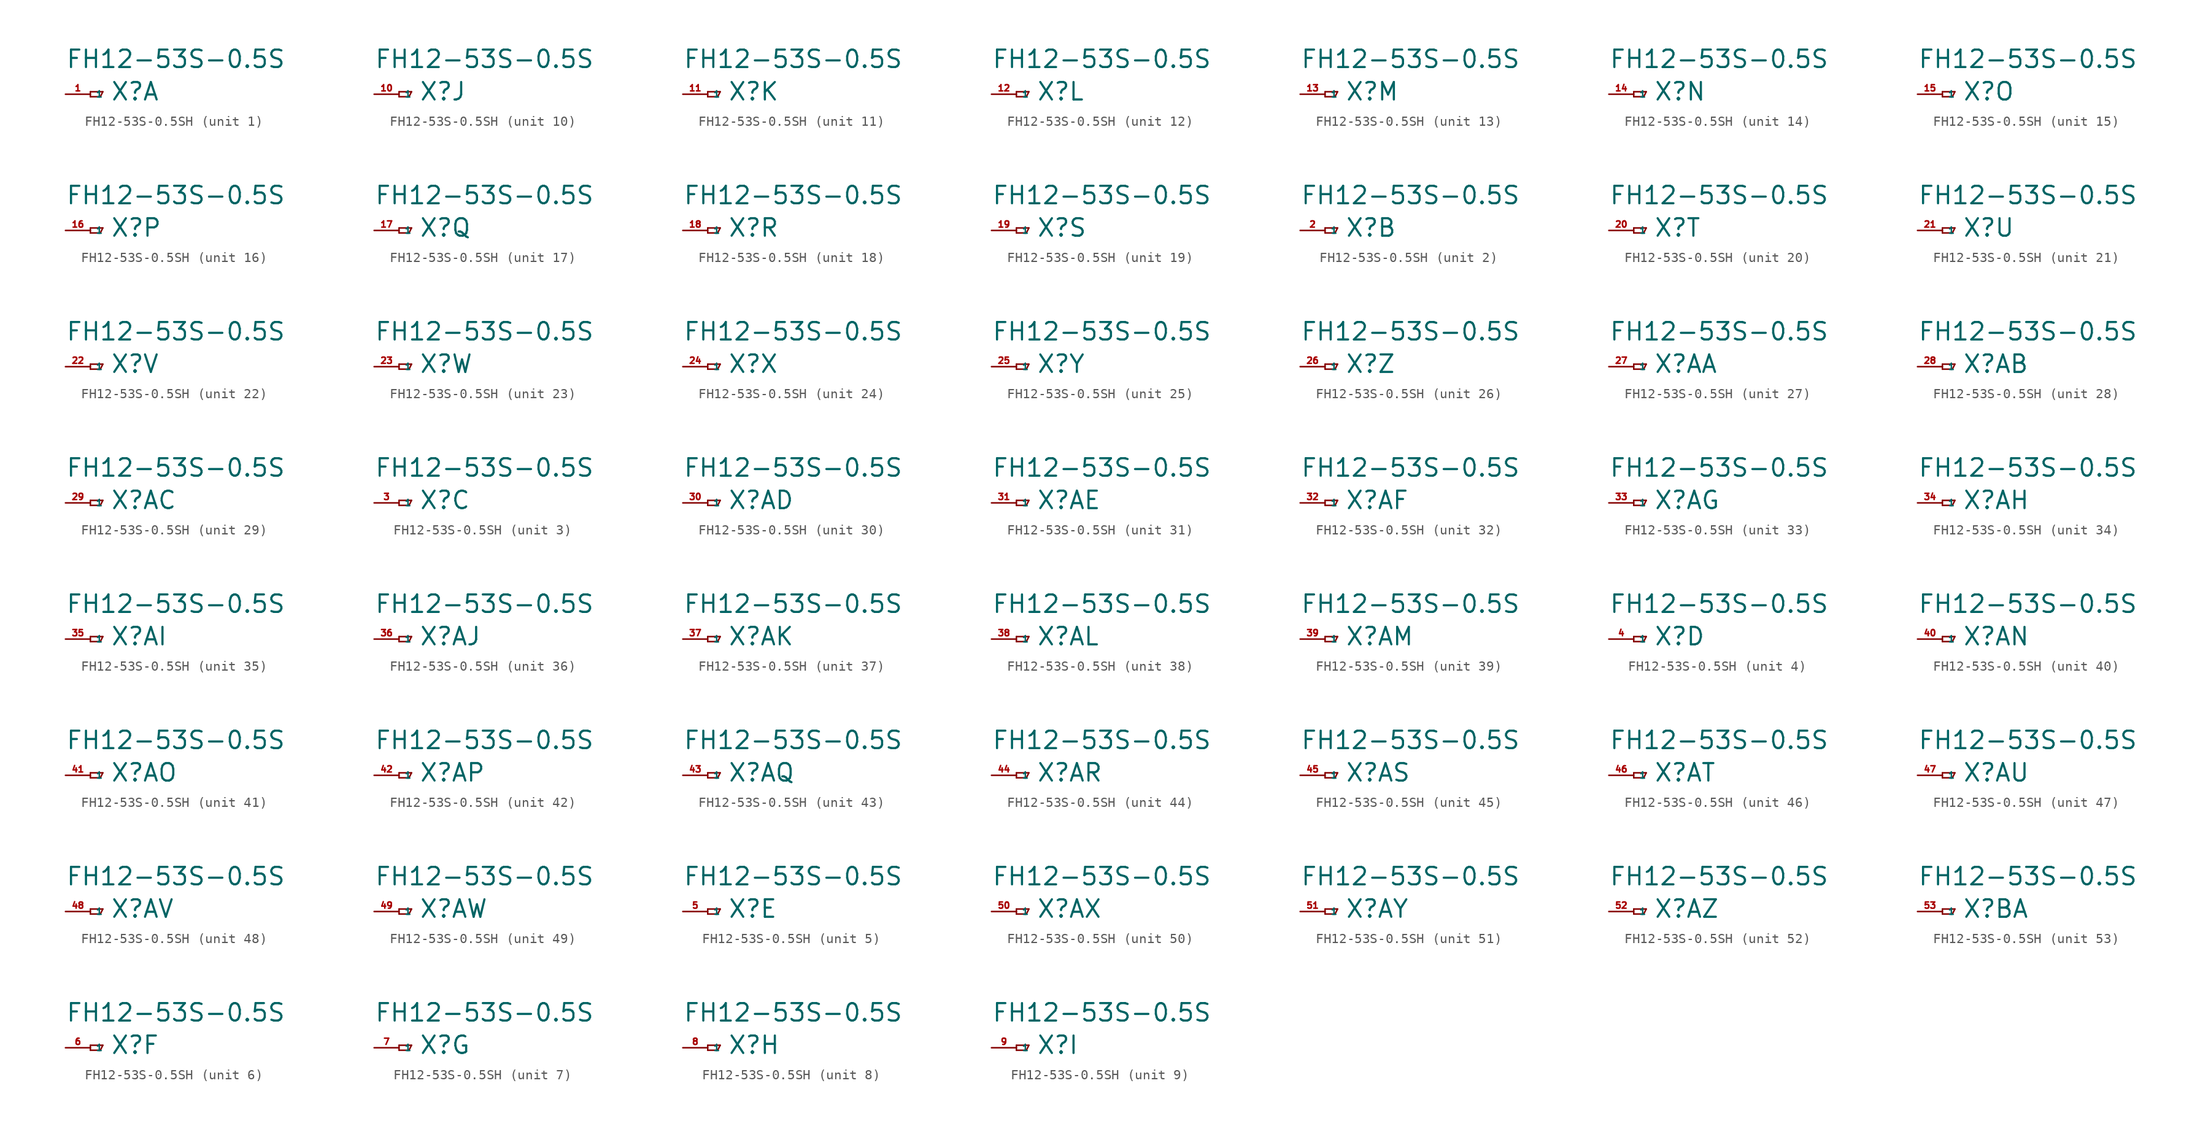
<source format=kicad_sym>
(kicad_symbol_lib
  (version 20220914)
  (generator Eagle2Kicad)
  (symbol "FH12-53S-0.5SH"
    (property "Reference" "X"
      (at 2.032 -0.762 0)
      (effects (font (size 1.778 1.778) (thickness 0.22)) (justify left bottom)))
    (property "Value" "FH12-53S-0.5S"
      (at -2.54 2.54 0)
      (effects (font (size 1.778 1.778) (thickness 0.22)) (justify left bottom)))
    (symbol "FH12-53S-0.5SH_1_0"
      (polyline (pts (xy 0 0.254) (xy 0 -0.254)) (stroke (width 0.152) (type default)) (fill (type none)))
      (polyline (pts (xy 0 -0.254) (xy 1.016 -0.254)) (stroke (width 0.152) (type default)) (fill (type none)))
      (polyline (pts (xy 1.016 -0.254) (xy 1.27 0.254)) (stroke (width 0.152) (type default)) (fill (type none)))
      (polyline (pts (xy 1.27 0.254) (xy 0 0.254)) (stroke (width 0.152) (type default)) (fill (type none)))
      (pin passive line (at -2.54 0 0) (length 2.54) (name "1" (effects (font (size 0.635 0.635) (thickness 0.08)) (justify left bottom))) (number "1" (effects (font (size 0.635 0.635) (thickness 0.08)) (justify left bottom)))))
    (symbol "FH12-53S-0.5SH_2_0"
      (polyline (pts (xy 0 0.254) (xy 0 -0.254)) (stroke (width 0.152) (type default)) (fill (type none)))
      (polyline (pts (xy 0 -0.254) (xy 1.016 -0.254)) (stroke (width 0.152) (type default)) (fill (type none)))
      (polyline (pts (xy 1.016 -0.254) (xy 1.27 0.254)) (stroke (width 0.152) (type default)) (fill (type none)))
      (polyline (pts (xy 1.27 0.254) (xy 0 0.254)) (stroke (width 0.152) (type default)) (fill (type none)))
      (pin passive line (at -2.54 0 0) (length 2.54) (name "1" (effects (font (size 0.635 0.635) (thickness 0.08)) (justify left bottom))) (number "2" (effects (font (size 0.635 0.635) (thickness 0.08)) (justify left bottom)))))
    (symbol "FH12-53S-0.5SH_3_0"
      (polyline (pts (xy 0 0.254) (xy 0 -0.254)) (stroke (width 0.152) (type default)) (fill (type none)))
      (polyline (pts (xy 0 -0.254) (xy 1.016 -0.254)) (stroke (width 0.152) (type default)) (fill (type none)))
      (polyline (pts (xy 1.016 -0.254) (xy 1.27 0.254)) (stroke (width 0.152) (type default)) (fill (type none)))
      (polyline (pts (xy 1.27 0.254) (xy 0 0.254)) (stroke (width 0.152) (type default)) (fill (type none)))
      (pin passive line (at -2.54 0 0) (length 2.54) (name "1" (effects (font (size 0.635 0.635) (thickness 0.08)) (justify left bottom))) (number "3" (effects (font (size 0.635 0.635) (thickness 0.08)) (justify left bottom)))))
    (symbol "FH12-53S-0.5SH_4_0"
      (polyline (pts (xy 0 0.254) (xy 0 -0.254)) (stroke (width 0.152) (type default)) (fill (type none)))
      (polyline (pts (xy 0 -0.254) (xy 1.016 -0.254)) (stroke (width 0.152) (type default)) (fill (type none)))
      (polyline (pts (xy 1.016 -0.254) (xy 1.27 0.254)) (stroke (width 0.152) (type default)) (fill (type none)))
      (polyline (pts (xy 1.27 0.254) (xy 0 0.254)) (stroke (width 0.152) (type default)) (fill (type none)))
      (pin passive line (at -2.54 0 0) (length 2.54) (name "1" (effects (font (size 0.635 0.635) (thickness 0.08)) (justify left bottom))) (number "4" (effects (font (size 0.635 0.635) (thickness 0.08)) (justify left bottom)))))
    (symbol "FH12-53S-0.5SH_5_0"
      (polyline (pts (xy 0 0.254) (xy 0 -0.254)) (stroke (width 0.152) (type default)) (fill (type none)))
      (polyline (pts (xy 0 -0.254) (xy 1.016 -0.254)) (stroke (width 0.152) (type default)) (fill (type none)))
      (polyline (pts (xy 1.016 -0.254) (xy 1.27 0.254)) (stroke (width 0.152) (type default)) (fill (type none)))
      (polyline (pts (xy 1.27 0.254) (xy 0 0.254)) (stroke (width 0.152) (type default)) (fill (type none)))
      (pin passive line (at -2.54 0 0) (length 2.54) (name "1" (effects (font (size 0.635 0.635) (thickness 0.08)) (justify left bottom))) (number "5" (effects (font (size 0.635 0.635) (thickness 0.08)) (justify left bottom)))))
    (symbol "FH12-53S-0.5SH_6_0"
      (polyline (pts (xy 0 0.254) (xy 0 -0.254)) (stroke (width 0.152) (type default)) (fill (type none)))
      (polyline (pts (xy 0 -0.254) (xy 1.016 -0.254)) (stroke (width 0.152) (type default)) (fill (type none)))
      (polyline (pts (xy 1.016 -0.254) (xy 1.27 0.254)) (stroke (width 0.152) (type default)) (fill (type none)))
      (polyline (pts (xy 1.27 0.254) (xy 0 0.254)) (stroke (width 0.152) (type default)) (fill (type none)))
      (pin passive line (at -2.54 0 0) (length 2.54) (name "1" (effects (font (size 0.635 0.635) (thickness 0.08)) (justify left bottom))) (number "6" (effects (font (size 0.635 0.635) (thickness 0.08)) (justify left bottom)))))
    (symbol "FH12-53S-0.5SH_7_0"
      (polyline (pts (xy 0 0.254) (xy 0 -0.254)) (stroke (width 0.152) (type default)) (fill (type none)))
      (polyline (pts (xy 0 -0.254) (xy 1.016 -0.254)) (stroke (width 0.152) (type default)) (fill (type none)))
      (polyline (pts (xy 1.016 -0.254) (xy 1.27 0.254)) (stroke (width 0.152) (type default)) (fill (type none)))
      (polyline (pts (xy 1.27 0.254) (xy 0 0.254)) (stroke (width 0.152) (type default)) (fill (type none)))
      (pin passive line (at -2.54 0 0) (length 2.54) (name "1" (effects (font (size 0.635 0.635) (thickness 0.08)) (justify left bottom))) (number "7" (effects (font (size 0.635 0.635) (thickness 0.08)) (justify left bottom)))))
    (symbol "FH12-53S-0.5SH_8_0"
      (polyline (pts (xy 0 0.254) (xy 0 -0.254)) (stroke (width 0.152) (type default)) (fill (type none)))
      (polyline (pts (xy 0 -0.254) (xy 1.016 -0.254)) (stroke (width 0.152) (type default)) (fill (type none)))
      (polyline (pts (xy 1.016 -0.254) (xy 1.27 0.254)) (stroke (width 0.152) (type default)) (fill (type none)))
      (polyline (pts (xy 1.27 0.254) (xy 0 0.254)) (stroke (width 0.152) (type default)) (fill (type none)))
      (pin passive line (at -2.54 0 0) (length 2.54) (name "1" (effects (font (size 0.635 0.635) (thickness 0.08)) (justify left bottom))) (number "8" (effects (font (size 0.635 0.635) (thickness 0.08)) (justify left bottom)))))
    (symbol "FH12-53S-0.5SH_9_0"
      (polyline (pts (xy 0 0.254) (xy 0 -0.254)) (stroke (width 0.152) (type default)) (fill (type none)))
      (polyline (pts (xy 0 -0.254) (xy 1.016 -0.254)) (stroke (width 0.152) (type default)) (fill (type none)))
      (polyline (pts (xy 1.016 -0.254) (xy 1.27 0.254)) (stroke (width 0.152) (type default)) (fill (type none)))
      (polyline (pts (xy 1.27 0.254) (xy 0 0.254)) (stroke (width 0.152) (type default)) (fill (type none)))
      (pin passive line (at -2.54 0 0) (length 2.54) (name "1" (effects (font (size 0.635 0.635) (thickness 0.08)) (justify left bottom))) (number "9" (effects (font (size 0.635 0.635) (thickness 0.08)) (justify left bottom)))))
    (symbol "FH12-53S-0.5SH_10_0"
      (polyline (pts (xy 0 0.254) (xy 0 -0.254)) (stroke (width 0.152) (type default)) (fill (type none)))
      (polyline (pts (xy 0 -0.254) (xy 1.016 -0.254)) (stroke (width 0.152) (type default)) (fill (type none)))
      (polyline (pts (xy 1.016 -0.254) (xy 1.27 0.254)) (stroke (width 0.152) (type default)) (fill (type none)))
      (polyline (pts (xy 1.27 0.254) (xy 0 0.254)) (stroke (width 0.152) (type default)) (fill (type none)))
      (pin passive line (at -2.54 0 0) (length 2.54) (name "1" (effects (font (size 0.635 0.635) (thickness 0.08)) (justify left bottom))) (number "10" (effects (font (size 0.635 0.635) (thickness 0.08)) (justify left bottom)))))
    (symbol "FH12-53S-0.5SH_11_0"
      (polyline (pts (xy 0 0.254) (xy 0 -0.254)) (stroke (width 0.152) (type default)) (fill (type none)))
      (polyline (pts (xy 0 -0.254) (xy 1.016 -0.254)) (stroke (width 0.152) (type default)) (fill (type none)))
      (polyline (pts (xy 1.016 -0.254) (xy 1.27 0.254)) (stroke (width 0.152) (type default)) (fill (type none)))
      (polyline (pts (xy 1.27 0.254) (xy 0 0.254)) (stroke (width 0.152) (type default)) (fill (type none)))
      (pin passive line (at -2.54 0 0) (length 2.54) (name "1" (effects (font (size 0.635 0.635) (thickness 0.08)) (justify left bottom))) (number "11" (effects (font (size 0.635 0.635) (thickness 0.08)) (justify left bottom)))))
    (symbol "FH12-53S-0.5SH_12_0"
      (polyline (pts (xy 0 0.254) (xy 0 -0.254)) (stroke (width 0.152) (type default)) (fill (type none)))
      (polyline (pts (xy 0 -0.254) (xy 1.016 -0.254)) (stroke (width 0.152) (type default)) (fill (type none)))
      (polyline (pts (xy 1.016 -0.254) (xy 1.27 0.254)) (stroke (width 0.152) (type default)) (fill (type none)))
      (polyline (pts (xy 1.27 0.254) (xy 0 0.254)) (stroke (width 0.152) (type default)) (fill (type none)))
      (pin passive line (at -2.54 0 0) (length 2.54) (name "1" (effects (font (size 0.635 0.635) (thickness 0.08)) (justify left bottom))) (number "12" (effects (font (size 0.635 0.635) (thickness 0.08)) (justify left bottom)))))
    (symbol "FH12-53S-0.5SH_13_0"
      (polyline (pts (xy 0 0.254) (xy 0 -0.254)) (stroke (width 0.152) (type default)) (fill (type none)))
      (polyline (pts (xy 0 -0.254) (xy 1.016 -0.254)) (stroke (width 0.152) (type default)) (fill (type none)))
      (polyline (pts (xy 1.016 -0.254) (xy 1.27 0.254)) (stroke (width 0.152) (type default)) (fill (type none)))
      (polyline (pts (xy 1.27 0.254) (xy 0 0.254)) (stroke (width 0.152) (type default)) (fill (type none)))
      (pin passive line (at -2.54 0 0) (length 2.54) (name "1" (effects (font (size 0.635 0.635) (thickness 0.08)) (justify left bottom))) (number "13" (effects (font (size 0.635 0.635) (thickness 0.08)) (justify left bottom)))))
    (symbol "FH12-53S-0.5SH_14_0"
      (polyline (pts (xy 0 0.254) (xy 0 -0.254)) (stroke (width 0.152) (type default)) (fill (type none)))
      (polyline (pts (xy 0 -0.254) (xy 1.016 -0.254)) (stroke (width 0.152) (type default)) (fill (type none)))
      (polyline (pts (xy 1.016 -0.254) (xy 1.27 0.254)) (stroke (width 0.152) (type default)) (fill (type none)))
      (polyline (pts (xy 1.27 0.254) (xy 0 0.254)) (stroke (width 0.152) (type default)) (fill (type none)))
      (pin passive line (at -2.54 0 0) (length 2.54) (name "1" (effects (font (size 0.635 0.635) (thickness 0.08)) (justify left bottom))) (number "14" (effects (font (size 0.635 0.635) (thickness 0.08)) (justify left bottom)))))
    (symbol "FH12-53S-0.5SH_15_0"
      (polyline (pts (xy 0 0.254) (xy 0 -0.254)) (stroke (width 0.152) (type default)) (fill (type none)))
      (polyline (pts (xy 0 -0.254) (xy 1.016 -0.254)) (stroke (width 0.152) (type default)) (fill (type none)))
      (polyline (pts (xy 1.016 -0.254) (xy 1.27 0.254)) (stroke (width 0.152) (type default)) (fill (type none)))
      (polyline (pts (xy 1.27 0.254) (xy 0 0.254)) (stroke (width 0.152) (type default)) (fill (type none)))
      (pin passive line (at -2.54 0 0) (length 2.54) (name "1" (effects (font (size 0.635 0.635) (thickness 0.08)) (justify left bottom))) (number "15" (effects (font (size 0.635 0.635) (thickness 0.08)) (justify left bottom)))))
    (symbol "FH12-53S-0.5SH_16_0"
      (polyline (pts (xy 0 0.254) (xy 0 -0.254)) (stroke (width 0.152) (type default)) (fill (type none)))
      (polyline (pts (xy 0 -0.254) (xy 1.016 -0.254)) (stroke (width 0.152) (type default)) (fill (type none)))
      (polyline (pts (xy 1.016 -0.254) (xy 1.27 0.254)) (stroke (width 0.152) (type default)) (fill (type none)))
      (polyline (pts (xy 1.27 0.254) (xy 0 0.254)) (stroke (width 0.152) (type default)) (fill (type none)))
      (pin passive line (at -2.54 0 0) (length 2.54) (name "1" (effects (font (size 0.635 0.635) (thickness 0.08)) (justify left bottom))) (number "16" (effects (font (size 0.635 0.635) (thickness 0.08)) (justify left bottom)))))
    (symbol "FH12-53S-0.5SH_17_0"
      (polyline (pts (xy 0 0.254) (xy 0 -0.254)) (stroke (width 0.152) (type default)) (fill (type none)))
      (polyline (pts (xy 0 -0.254) (xy 1.016 -0.254)) (stroke (width 0.152) (type default)) (fill (type none)))
      (polyline (pts (xy 1.016 -0.254) (xy 1.27 0.254)) (stroke (width 0.152) (type default)) (fill (type none)))
      (polyline (pts (xy 1.27 0.254) (xy 0 0.254)) (stroke (width 0.152) (type default)) (fill (type none)))
      (pin passive line (at -2.54 0 0) (length 2.54) (name "1" (effects (font (size 0.635 0.635) (thickness 0.08)) (justify left bottom))) (number "17" (effects (font (size 0.635 0.635) (thickness 0.08)) (justify left bottom)))))
    (symbol "FH12-53S-0.5SH_18_0"
      (polyline (pts (xy 0 0.254) (xy 0 -0.254)) (stroke (width 0.152) (type default)) (fill (type none)))
      (polyline (pts (xy 0 -0.254) (xy 1.016 -0.254)) (stroke (width 0.152) (type default)) (fill (type none)))
      (polyline (pts (xy 1.016 -0.254) (xy 1.27 0.254)) (stroke (width 0.152) (type default)) (fill (type none)))
      (polyline (pts (xy 1.27 0.254) (xy 0 0.254)) (stroke (width 0.152) (type default)) (fill (type none)))
      (pin passive line (at -2.54 0 0) (length 2.54) (name "1" (effects (font (size 0.635 0.635) (thickness 0.08)) (justify left bottom))) (number "18" (effects (font (size 0.635 0.635) (thickness 0.08)) (justify left bottom)))))
    (symbol "FH12-53S-0.5SH_19_0"
      (polyline (pts (xy 0 0.254) (xy 0 -0.254)) (stroke (width 0.152) (type default)) (fill (type none)))
      (polyline (pts (xy 0 -0.254) (xy 1.016 -0.254)) (stroke (width 0.152) (type default)) (fill (type none)))
      (polyline (pts (xy 1.016 -0.254) (xy 1.27 0.254)) (stroke (width 0.152) (type default)) (fill (type none)))
      (polyline (pts (xy 1.27 0.254) (xy 0 0.254)) (stroke (width 0.152) (type default)) (fill (type none)))
      (pin passive line (at -2.54 0 0) (length 2.54) (name "1" (effects (font (size 0.635 0.635) (thickness 0.08)) (justify left bottom))) (number "19" (effects (font (size 0.635 0.635) (thickness 0.08)) (justify left bottom)))))
    (symbol "FH12-53S-0.5SH_20_0"
      (polyline (pts (xy 0 0.254) (xy 0 -0.254)) (stroke (width 0.152) (type default)) (fill (type none)))
      (polyline (pts (xy 0 -0.254) (xy 1.016 -0.254)) (stroke (width 0.152) (type default)) (fill (type none)))
      (polyline (pts (xy 1.016 -0.254) (xy 1.27 0.254)) (stroke (width 0.152) (type default)) (fill (type none)))
      (polyline (pts (xy 1.27 0.254) (xy 0 0.254)) (stroke (width 0.152) (type default)) (fill (type none)))
      (pin passive line (at -2.54 0 0) (length 2.54) (name "1" (effects (font (size 0.635 0.635) (thickness 0.08)) (justify left bottom))) (number "20" (effects (font (size 0.635 0.635) (thickness 0.08)) (justify left bottom)))))
    (symbol "FH12-53S-0.5SH_21_0"
      (polyline (pts (xy 0 0.254) (xy 0 -0.254)) (stroke (width 0.152) (type default)) (fill (type none)))
      (polyline (pts (xy 0 -0.254) (xy 1.016 -0.254)) (stroke (width 0.152) (type default)) (fill (type none)))
      (polyline (pts (xy 1.016 -0.254) (xy 1.27 0.254)) (stroke (width 0.152) (type default)) (fill (type none)))
      (polyline (pts (xy 1.27 0.254) (xy 0 0.254)) (stroke (width 0.152) (type default)) (fill (type none)))
      (pin passive line (at -2.54 0 0) (length 2.54) (name "1" (effects (font (size 0.635 0.635) (thickness 0.08)) (justify left bottom))) (number "21" (effects (font (size 0.635 0.635) (thickness 0.08)) (justify left bottom)))))
    (symbol "FH12-53S-0.5SH_22_0"
      (polyline (pts (xy 0 0.254) (xy 0 -0.254)) (stroke (width 0.152) (type default)) (fill (type none)))
      (polyline (pts (xy 0 -0.254) (xy 1.016 -0.254)) (stroke (width 0.152) (type default)) (fill (type none)))
      (polyline (pts (xy 1.016 -0.254) (xy 1.27 0.254)) (stroke (width 0.152) (type default)) (fill (type none)))
      (polyline (pts (xy 1.27 0.254) (xy 0 0.254)) (stroke (width 0.152) (type default)) (fill (type none)))
      (pin passive line (at -2.54 0 0) (length 2.54) (name "1" (effects (font (size 0.635 0.635) (thickness 0.08)) (justify left bottom))) (number "22" (effects (font (size 0.635 0.635) (thickness 0.08)) (justify left bottom)))))
    (symbol "FH12-53S-0.5SH_23_0"
      (polyline (pts (xy 0 0.254) (xy 0 -0.254)) (stroke (width 0.152) (type default)) (fill (type none)))
      (polyline (pts (xy 0 -0.254) (xy 1.016 -0.254)) (stroke (width 0.152) (type default)) (fill (type none)))
      (polyline (pts (xy 1.016 -0.254) (xy 1.27 0.254)) (stroke (width 0.152) (type default)) (fill (type none)))
      (polyline (pts (xy 1.27 0.254) (xy 0 0.254)) (stroke (width 0.152) (type default)) (fill (type none)))
      (pin passive line (at -2.54 0 0) (length 2.54) (name "1" (effects (font (size 0.635 0.635) (thickness 0.08)) (justify left bottom))) (number "23" (effects (font (size 0.635 0.635) (thickness 0.08)) (justify left bottom)))))
    (symbol "FH12-53S-0.5SH_24_0"
      (polyline (pts (xy 0 0.254) (xy 0 -0.254)) (stroke (width 0.152) (type default)) (fill (type none)))
      (polyline (pts (xy 0 -0.254) (xy 1.016 -0.254)) (stroke (width 0.152) (type default)) (fill (type none)))
      (polyline (pts (xy 1.016 -0.254) (xy 1.27 0.254)) (stroke (width 0.152) (type default)) (fill (type none)))
      (polyline (pts (xy 1.27 0.254) (xy 0 0.254)) (stroke (width 0.152) (type default)) (fill (type none)))
      (pin passive line (at -2.54 0 0) (length 2.54) (name "1" (effects (font (size 0.635 0.635) (thickness 0.08)) (justify left bottom))) (number "24" (effects (font (size 0.635 0.635) (thickness 0.08)) (justify left bottom)))))
    (symbol "FH12-53S-0.5SH_25_0"
      (polyline (pts (xy 0 0.254) (xy 0 -0.254)) (stroke (width 0.152) (type default)) (fill (type none)))
      (polyline (pts (xy 0 -0.254) (xy 1.016 -0.254)) (stroke (width 0.152) (type default)) (fill (type none)))
      (polyline (pts (xy 1.016 -0.254) (xy 1.27 0.254)) (stroke (width 0.152) (type default)) (fill (type none)))
      (polyline (pts (xy 1.27 0.254) (xy 0 0.254)) (stroke (width 0.152) (type default)) (fill (type none)))
      (pin passive line (at -2.54 0 0) (length 2.54) (name "1" (effects (font (size 0.635 0.635) (thickness 0.08)) (justify left bottom))) (number "25" (effects (font (size 0.635 0.635) (thickness 0.08)) (justify left bottom)))))
    (symbol "FH12-53S-0.5SH_26_0"
      (polyline (pts (xy 0 0.254) (xy 0 -0.254)) (stroke (width 0.152) (type default)) (fill (type none)))
      (polyline (pts (xy 0 -0.254) (xy 1.016 -0.254)) (stroke (width 0.152) (type default)) (fill (type none)))
      (polyline (pts (xy 1.016 -0.254) (xy 1.27 0.254)) (stroke (width 0.152) (type default)) (fill (type none)))
      (polyline (pts (xy 1.27 0.254) (xy 0 0.254)) (stroke (width 0.152) (type default)) (fill (type none)))
      (pin passive line (at -2.54 0 0) (length 2.54) (name "1" (effects (font (size 0.635 0.635) (thickness 0.08)) (justify left bottom))) (number "26" (effects (font (size 0.635 0.635) (thickness 0.08)) (justify left bottom)))))
    (symbol "FH12-53S-0.5SH_27_0"
      (polyline (pts (xy 0 0.254) (xy 0 -0.254)) (stroke (width 0.152) (type default)) (fill (type none)))
      (polyline (pts (xy 0 -0.254) (xy 1.016 -0.254)) (stroke (width 0.152) (type default)) (fill (type none)))
      (polyline (pts (xy 1.016 -0.254) (xy 1.27 0.254)) (stroke (width 0.152) (type default)) (fill (type none)))
      (polyline (pts (xy 1.27 0.254) (xy 0 0.254)) (stroke (width 0.152) (type default)) (fill (type none)))
      (pin passive line (at -2.54 0 0) (length 2.54) (name "1" (effects (font (size 0.635 0.635) (thickness 0.08)) (justify left bottom))) (number "27" (effects (font (size 0.635 0.635) (thickness 0.08)) (justify left bottom)))))
    (symbol "FH12-53S-0.5SH_28_0"
      (polyline (pts (xy 0 0.254) (xy 0 -0.254)) (stroke (width 0.152) (type default)) (fill (type none)))
      (polyline (pts (xy 0 -0.254) (xy 1.016 -0.254)) (stroke (width 0.152) (type default)) (fill (type none)))
      (polyline (pts (xy 1.016 -0.254) (xy 1.27 0.254)) (stroke (width 0.152) (type default)) (fill (type none)))
      (polyline (pts (xy 1.27 0.254) (xy 0 0.254)) (stroke (width 0.152) (type default)) (fill (type none)))
      (pin passive line (at -2.54 0 0) (length 2.54) (name "1" (effects (font (size 0.635 0.635) (thickness 0.08)) (justify left bottom))) (number "28" (effects (font (size 0.635 0.635) (thickness 0.08)) (justify left bottom)))))
    (symbol "FH12-53S-0.5SH_29_0"
      (polyline (pts (xy 0 0.254) (xy 0 -0.254)) (stroke (width 0.152) (type default)) (fill (type none)))
      (polyline (pts (xy 0 -0.254) (xy 1.016 -0.254)) (stroke (width 0.152) (type default)) (fill (type none)))
      (polyline (pts (xy 1.016 -0.254) (xy 1.27 0.254)) (stroke (width 0.152) (type default)) (fill (type none)))
      (polyline (pts (xy 1.27 0.254) (xy 0 0.254)) (stroke (width 0.152) (type default)) (fill (type none)))
      (pin passive line (at -2.54 0 0) (length 2.54) (name "1" (effects (font (size 0.635 0.635) (thickness 0.08)) (justify left bottom))) (number "29" (effects (font (size 0.635 0.635) (thickness 0.08)) (justify left bottom)))))
    (symbol "FH12-53S-0.5SH_30_0"
      (polyline (pts (xy 0 0.254) (xy 0 -0.254)) (stroke (width 0.152) (type default)) (fill (type none)))
      (polyline (pts (xy 0 -0.254) (xy 1.016 -0.254)) (stroke (width 0.152) (type default)) (fill (type none)))
      (polyline (pts (xy 1.016 -0.254) (xy 1.27 0.254)) (stroke (width 0.152) (type default)) (fill (type none)))
      (polyline (pts (xy 1.27 0.254) (xy 0 0.254)) (stroke (width 0.152) (type default)) (fill (type none)))
      (pin passive line (at -2.54 0 0) (length 2.54) (name "1" (effects (font (size 0.635 0.635) (thickness 0.08)) (justify left bottom))) (number "30" (effects (font (size 0.635 0.635) (thickness 0.08)) (justify left bottom)))))
    (symbol "FH12-53S-0.5SH_31_0"
      (polyline (pts (xy 0 0.254) (xy 0 -0.254)) (stroke (width 0.152) (type default)) (fill (type none)))
      (polyline (pts (xy 0 -0.254) (xy 1.016 -0.254)) (stroke (width 0.152) (type default)) (fill (type none)))
      (polyline (pts (xy 1.016 -0.254) (xy 1.27 0.254)) (stroke (width 0.152) (type default)) (fill (type none)))
      (polyline (pts (xy 1.27 0.254) (xy 0 0.254)) (stroke (width 0.152) (type default)) (fill (type none)))
      (pin passive line (at -2.54 0 0) (length 2.54) (name "1" (effects (font (size 0.635 0.635) (thickness 0.08)) (justify left bottom))) (number "31" (effects (font (size 0.635 0.635) (thickness 0.08)) (justify left bottom)))))
    (symbol "FH12-53S-0.5SH_32_0"
      (polyline (pts (xy 0 0.254) (xy 0 -0.254)) (stroke (width 0.152) (type default)) (fill (type none)))
      (polyline (pts (xy 0 -0.254) (xy 1.016 -0.254)) (stroke (width 0.152) (type default)) (fill (type none)))
      (polyline (pts (xy 1.016 -0.254) (xy 1.27 0.254)) (stroke (width 0.152) (type default)) (fill (type none)))
      (polyline (pts (xy 1.27 0.254) (xy 0 0.254)) (stroke (width 0.152) (type default)) (fill (type none)))
      (pin passive line (at -2.54 0 0) (length 2.54) (name "1" (effects (font (size 0.635 0.635) (thickness 0.08)) (justify left bottom))) (number "32" (effects (font (size 0.635 0.635) (thickness 0.08)) (justify left bottom)))))
    (symbol "FH12-53S-0.5SH_33_0"
      (polyline (pts (xy 0 0.254) (xy 0 -0.254)) (stroke (width 0.152) (type default)) (fill (type none)))
      (polyline (pts (xy 0 -0.254) (xy 1.016 -0.254)) (stroke (width 0.152) (type default)) (fill (type none)))
      (polyline (pts (xy 1.016 -0.254) (xy 1.27 0.254)) (stroke (width 0.152) (type default)) (fill (type none)))
      (polyline (pts (xy 1.27 0.254) (xy 0 0.254)) (stroke (width 0.152) (type default)) (fill (type none)))
      (pin passive line (at -2.54 0 0) (length 2.54) (name "1" (effects (font (size 0.635 0.635) (thickness 0.08)) (justify left bottom))) (number "33" (effects (font (size 0.635 0.635) (thickness 0.08)) (justify left bottom)))))
    (symbol "FH12-53S-0.5SH_34_0"
      (polyline (pts (xy 0 0.254) (xy 0 -0.254)) (stroke (width 0.152) (type default)) (fill (type none)))
      (polyline (pts (xy 0 -0.254) (xy 1.016 -0.254)) (stroke (width 0.152) (type default)) (fill (type none)))
      (polyline (pts (xy 1.016 -0.254) (xy 1.27 0.254)) (stroke (width 0.152) (type default)) (fill (type none)))
      (polyline (pts (xy 1.27 0.254) (xy 0 0.254)) (stroke (width 0.152) (type default)) (fill (type none)))
      (pin passive line (at -2.54 0 0) (length 2.54) (name "1" (effects (font (size 0.635 0.635) (thickness 0.08)) (justify left bottom))) (number "34" (effects (font (size 0.635 0.635) (thickness 0.08)) (justify left bottom)))))
    (symbol "FH12-53S-0.5SH_35_0"
      (polyline (pts (xy 0 0.254) (xy 0 -0.254)) (stroke (width 0.152) (type default)) (fill (type none)))
      (polyline (pts (xy 0 -0.254) (xy 1.016 -0.254)) (stroke (width 0.152) (type default)) (fill (type none)))
      (polyline (pts (xy 1.016 -0.254) (xy 1.27 0.254)) (stroke (width 0.152) (type default)) (fill (type none)))
      (polyline (pts (xy 1.27 0.254) (xy 0 0.254)) (stroke (width 0.152) (type default)) (fill (type none)))
      (pin passive line (at -2.54 0 0) (length 2.54) (name "1" (effects (font (size 0.635 0.635) (thickness 0.08)) (justify left bottom))) (number "35" (effects (font (size 0.635 0.635) (thickness 0.08)) (justify left bottom)))))
    (symbol "FH12-53S-0.5SH_36_0"
      (polyline (pts (xy 0 0.254) (xy 0 -0.254)) (stroke (width 0.152) (type default)) (fill (type none)))
      (polyline (pts (xy 0 -0.254) (xy 1.016 -0.254)) (stroke (width 0.152) (type default)) (fill (type none)))
      (polyline (pts (xy 1.016 -0.254) (xy 1.27 0.254)) (stroke (width 0.152) (type default)) (fill (type none)))
      (polyline (pts (xy 1.27 0.254) (xy 0 0.254)) (stroke (width 0.152) (type default)) (fill (type none)))
      (pin passive line (at -2.54 0 0) (length 2.54) (name "1" (effects (font (size 0.635 0.635) (thickness 0.08)) (justify left bottom))) (number "36" (effects (font (size 0.635 0.635) (thickness 0.08)) (justify left bottom)))))
    (symbol "FH12-53S-0.5SH_37_0"
      (polyline (pts (xy 0 0.254) (xy 0 -0.254)) (stroke (width 0.152) (type default)) (fill (type none)))
      (polyline (pts (xy 0 -0.254) (xy 1.016 -0.254)) (stroke (width 0.152) (type default)) (fill (type none)))
      (polyline (pts (xy 1.016 -0.254) (xy 1.27 0.254)) (stroke (width 0.152) (type default)) (fill (type none)))
      (polyline (pts (xy 1.27 0.254) (xy 0 0.254)) (stroke (width 0.152) (type default)) (fill (type none)))
      (pin passive line (at -2.54 0 0) (length 2.54) (name "1" (effects (font (size 0.635 0.635) (thickness 0.08)) (justify left bottom))) (number "37" (effects (font (size 0.635 0.635) (thickness 0.08)) (justify left bottom)))))
    (symbol "FH12-53S-0.5SH_38_0"
      (polyline (pts (xy 0 0.254) (xy 0 -0.254)) (stroke (width 0.152) (type default)) (fill (type none)))
      (polyline (pts (xy 0 -0.254) (xy 1.016 -0.254)) (stroke (width 0.152) (type default)) (fill (type none)))
      (polyline (pts (xy 1.016 -0.254) (xy 1.27 0.254)) (stroke (width 0.152) (type default)) (fill (type none)))
      (polyline (pts (xy 1.27 0.254) (xy 0 0.254)) (stroke (width 0.152) (type default)) (fill (type none)))
      (pin passive line (at -2.54 0 0) (length 2.54) (name "1" (effects (font (size 0.635 0.635) (thickness 0.08)) (justify left bottom))) (number "38" (effects (font (size 0.635 0.635) (thickness 0.08)) (justify left bottom)))))
    (symbol "FH12-53S-0.5SH_39_0"
      (polyline (pts (xy 0 0.254) (xy 0 -0.254)) (stroke (width 0.152) (type default)) (fill (type none)))
      (polyline (pts (xy 0 -0.254) (xy 1.016 -0.254)) (stroke (width 0.152) (type default)) (fill (type none)))
      (polyline (pts (xy 1.016 -0.254) (xy 1.27 0.254)) (stroke (width 0.152) (type default)) (fill (type none)))
      (polyline (pts (xy 1.27 0.254) (xy 0 0.254)) (stroke (width 0.152) (type default)) (fill (type none)))
      (pin passive line (at -2.54 0 0) (length 2.54) (name "1" (effects (font (size 0.635 0.635) (thickness 0.08)) (justify left bottom))) (number "39" (effects (font (size 0.635 0.635) (thickness 0.08)) (justify left bottom)))))
    (symbol "FH12-53S-0.5SH_40_0"
      (polyline (pts (xy 0 0.254) (xy 0 -0.254)) (stroke (width 0.152) (type default)) (fill (type none)))
      (polyline (pts (xy 0 -0.254) (xy 1.016 -0.254)) (stroke (width 0.152) (type default)) (fill (type none)))
      (polyline (pts (xy 1.016 -0.254) (xy 1.27 0.254)) (stroke (width 0.152) (type default)) (fill (type none)))
      (polyline (pts (xy 1.27 0.254) (xy 0 0.254)) (stroke (width 0.152) (type default)) (fill (type none)))
      (pin passive line (at -2.54 0 0) (length 2.54) (name "1" (effects (font (size 0.635 0.635) (thickness 0.08)) (justify left bottom))) (number "40" (effects (font (size 0.635 0.635) (thickness 0.08)) (justify left bottom)))))
    (symbol "FH12-53S-0.5SH_41_0"
      (polyline (pts (xy 0 0.254) (xy 0 -0.254)) (stroke (width 0.152) (type default)) (fill (type none)))
      (polyline (pts (xy 0 -0.254) (xy 1.016 -0.254)) (stroke (width 0.152) (type default)) (fill (type none)))
      (polyline (pts (xy 1.016 -0.254) (xy 1.27 0.254)) (stroke (width 0.152) (type default)) (fill (type none)))
      (polyline (pts (xy 1.27 0.254) (xy 0 0.254)) (stroke (width 0.152) (type default)) (fill (type none)))
      (pin passive line (at -2.54 0 0) (length 2.54) (name "1" (effects (font (size 0.635 0.635) (thickness 0.08)) (justify left bottom))) (number "41" (effects (font (size 0.635 0.635) (thickness 0.08)) (justify left bottom)))))
    (symbol "FH12-53S-0.5SH_42_0"
      (polyline (pts (xy 0 0.254) (xy 0 -0.254)) (stroke (width 0.152) (type default)) (fill (type none)))
      (polyline (pts (xy 0 -0.254) (xy 1.016 -0.254)) (stroke (width 0.152) (type default)) (fill (type none)))
      (polyline (pts (xy 1.016 -0.254) (xy 1.27 0.254)) (stroke (width 0.152) (type default)) (fill (type none)))
      (polyline (pts (xy 1.27 0.254) (xy 0 0.254)) (stroke (width 0.152) (type default)) (fill (type none)))
      (pin passive line (at -2.54 0 0) (length 2.54) (name "1" (effects (font (size 0.635 0.635) (thickness 0.08)) (justify left bottom))) (number "42" (effects (font (size 0.635 0.635) (thickness 0.08)) (justify left bottom)))))
    (symbol "FH12-53S-0.5SH_43_0"
      (polyline (pts (xy 0 0.254) (xy 0 -0.254)) (stroke (width 0.152) (type default)) (fill (type none)))
      (polyline (pts (xy 0 -0.254) (xy 1.016 -0.254)) (stroke (width 0.152) (type default)) (fill (type none)))
      (polyline (pts (xy 1.016 -0.254) (xy 1.27 0.254)) (stroke (width 0.152) (type default)) (fill (type none)))
      (polyline (pts (xy 1.27 0.254) (xy 0 0.254)) (stroke (width 0.152) (type default)) (fill (type none)))
      (pin passive line (at -2.54 0 0) (length 2.54) (name "1" (effects (font (size 0.635 0.635) (thickness 0.08)) (justify left bottom))) (number "43" (effects (font (size 0.635 0.635) (thickness 0.08)) (justify left bottom)))))
    (symbol "FH12-53S-0.5SH_44_0"
      (polyline (pts (xy 0 0.254) (xy 0 -0.254)) (stroke (width 0.152) (type default)) (fill (type none)))
      (polyline (pts (xy 0 -0.254) (xy 1.016 -0.254)) (stroke (width 0.152) (type default)) (fill (type none)))
      (polyline (pts (xy 1.016 -0.254) (xy 1.27 0.254)) (stroke (width 0.152) (type default)) (fill (type none)))
      (polyline (pts (xy 1.27 0.254) (xy 0 0.254)) (stroke (width 0.152) (type default)) (fill (type none)))
      (pin passive line (at -2.54 0 0) (length 2.54) (name "1" (effects (font (size 0.635 0.635) (thickness 0.08)) (justify left bottom))) (number "44" (effects (font (size 0.635 0.635) (thickness 0.08)) (justify left bottom)))))
    (symbol "FH12-53S-0.5SH_45_0"
      (polyline (pts (xy 0 0.254) (xy 0 -0.254)) (stroke (width 0.152) (type default)) (fill (type none)))
      (polyline (pts (xy 0 -0.254) (xy 1.016 -0.254)) (stroke (width 0.152) (type default)) (fill (type none)))
      (polyline (pts (xy 1.016 -0.254) (xy 1.27 0.254)) (stroke (width 0.152) (type default)) (fill (type none)))
      (polyline (pts (xy 1.27 0.254) (xy 0 0.254)) (stroke (width 0.152) (type default)) (fill (type none)))
      (pin passive line (at -2.54 0 0) (length 2.54) (name "1" (effects (font (size 0.635 0.635) (thickness 0.08)) (justify left bottom))) (number "45" (effects (font (size 0.635 0.635) (thickness 0.08)) (justify left bottom)))))
    (symbol "FH12-53S-0.5SH_46_0"
      (polyline (pts (xy 0 0.254) (xy 0 -0.254)) (stroke (width 0.152) (type default)) (fill (type none)))
      (polyline (pts (xy 0 -0.254) (xy 1.016 -0.254)) (stroke (width 0.152) (type default)) (fill (type none)))
      (polyline (pts (xy 1.016 -0.254) (xy 1.27 0.254)) (stroke (width 0.152) (type default)) (fill (type none)))
      (polyline (pts (xy 1.27 0.254) (xy 0 0.254)) (stroke (width 0.152) (type default)) (fill (type none)))
      (pin passive line (at -2.54 0 0) (length 2.54) (name "1" (effects (font (size 0.635 0.635) (thickness 0.08)) (justify left bottom))) (number "46" (effects (font (size 0.635 0.635) (thickness 0.08)) (justify left bottom)))))
    (symbol "FH12-53S-0.5SH_47_0"
      (polyline (pts (xy 0 0.254) (xy 0 -0.254)) (stroke (width 0.152) (type default)) (fill (type none)))
      (polyline (pts (xy 0 -0.254) (xy 1.016 -0.254)) (stroke (width 0.152) (type default)) (fill (type none)))
      (polyline (pts (xy 1.016 -0.254) (xy 1.27 0.254)) (stroke (width 0.152) (type default)) (fill (type none)))
      (polyline (pts (xy 1.27 0.254) (xy 0 0.254)) (stroke (width 0.152) (type default)) (fill (type none)))
      (pin passive line (at -2.54 0 0) (length 2.54) (name "1" (effects (font (size 0.635 0.635) (thickness 0.08)) (justify left bottom))) (number "47" (effects (font (size 0.635 0.635) (thickness 0.08)) (justify left bottom)))))
    (symbol "FH12-53S-0.5SH_48_0"
      (polyline (pts (xy 0 0.254) (xy 0 -0.254)) (stroke (width 0.152) (type default)) (fill (type none)))
      (polyline (pts (xy 0 -0.254) (xy 1.016 -0.254)) (stroke (width 0.152) (type default)) (fill (type none)))
      (polyline (pts (xy 1.016 -0.254) (xy 1.27 0.254)) (stroke (width 0.152) (type default)) (fill (type none)))
      (polyline (pts (xy 1.27 0.254) (xy 0 0.254)) (stroke (width 0.152) (type default)) (fill (type none)))
      (pin passive line (at -2.54 0 0) (length 2.54) (name "1" (effects (font (size 0.635 0.635) (thickness 0.08)) (justify left bottom))) (number "48" (effects (font (size 0.635 0.635) (thickness 0.08)) (justify left bottom)))))
    (symbol "FH12-53S-0.5SH_49_0"
      (polyline (pts (xy 0 0.254) (xy 0 -0.254)) (stroke (width 0.152) (type default)) (fill (type none)))
      (polyline (pts (xy 0 -0.254) (xy 1.016 -0.254)) (stroke (width 0.152) (type default)) (fill (type none)))
      (polyline (pts (xy 1.016 -0.254) (xy 1.27 0.254)) (stroke (width 0.152) (type default)) (fill (type none)))
      (polyline (pts (xy 1.27 0.254) (xy 0 0.254)) (stroke (width 0.152) (type default)) (fill (type none)))
      (pin passive line (at -2.54 0 0) (length 2.54) (name "1" (effects (font (size 0.635 0.635) (thickness 0.08)) (justify left bottom))) (number "49" (effects (font (size 0.635 0.635) (thickness 0.08)) (justify left bottom)))))
    (symbol "FH12-53S-0.5SH_50_0"
      (polyline (pts (xy 0 0.254) (xy 0 -0.254)) (stroke (width 0.152) (type default)) (fill (type none)))
      (polyline (pts (xy 0 -0.254) (xy 1.016 -0.254)) (stroke (width 0.152) (type default)) (fill (type none)))
      (polyline (pts (xy 1.016 -0.254) (xy 1.27 0.254)) (stroke (width 0.152) (type default)) (fill (type none)))
      (polyline (pts (xy 1.27 0.254) (xy 0 0.254)) (stroke (width 0.152) (type default)) (fill (type none)))
      (pin passive line (at -2.54 0 0) (length 2.54) (name "1" (effects (font (size 0.635 0.635) (thickness 0.08)) (justify left bottom))) (number "50" (effects (font (size 0.635 0.635) (thickness 0.08)) (justify left bottom)))))
    (symbol "FH12-53S-0.5SH_51_0"
      (polyline (pts (xy 0 0.254) (xy 0 -0.254)) (stroke (width 0.152) (type default)) (fill (type none)))
      (polyline (pts (xy 0 -0.254) (xy 1.016 -0.254)) (stroke (width 0.152) (type default)) (fill (type none)))
      (polyline (pts (xy 1.016 -0.254) (xy 1.27 0.254)) (stroke (width 0.152) (type default)) (fill (type none)))
      (polyline (pts (xy 1.27 0.254) (xy 0 0.254)) (stroke (width 0.152) (type default)) (fill (type none)))
      (pin passive line (at -2.54 0 0) (length 2.54) (name "1" (effects (font (size 0.635 0.635) (thickness 0.08)) (justify left bottom))) (number "51" (effects (font (size 0.635 0.635) (thickness 0.08)) (justify left bottom)))))
    (symbol "FH12-53S-0.5SH_52_0"
      (polyline (pts (xy 0 0.254) (xy 0 -0.254)) (stroke (width 0.152) (type default)) (fill (type none)))
      (polyline (pts (xy 0 -0.254) (xy 1.016 -0.254)) (stroke (width 0.152) (type default)) (fill (type none)))
      (polyline (pts (xy 1.016 -0.254) (xy 1.27 0.254)) (stroke (width 0.152) (type default)) (fill (type none)))
      (polyline (pts (xy 1.27 0.254) (xy 0 0.254)) (stroke (width 0.152) (type default)) (fill (type none)))
      (pin passive line (at -2.54 0 0) (length 2.54) (name "1" (effects (font (size 0.635 0.635) (thickness 0.08)) (justify left bottom))) (number "52" (effects (font (size 0.635 0.635) (thickness 0.08)) (justify left bottom)))))
    (symbol "FH12-53S-0.5SH_53_0"
      (polyline (pts (xy 0 0.254) (xy 0 -0.254)) (stroke (width 0.152) (type default)) (fill (type none)))
      (polyline (pts (xy 0 -0.254) (xy 1.016 -0.254)) (stroke (width 0.152) (type default)) (fill (type none)))
      (polyline (pts (xy 1.016 -0.254) (xy 1.27 0.254)) (stroke (width 0.152) (type default)) (fill (type none)))
      (polyline (pts (xy 1.27 0.254) (xy 0 0.254)) (stroke (width 0.152) (type default)) (fill (type none)))
      (pin passive line (at -2.54 0 0) (length 2.54) (name "1" (effects (font (size 0.635 0.635) (thickness 0.08)) (justify left bottom))) (number "53" (effects (font (size 0.635 0.635) (thickness 0.08)) (justify left bottom)))))))
</source>
